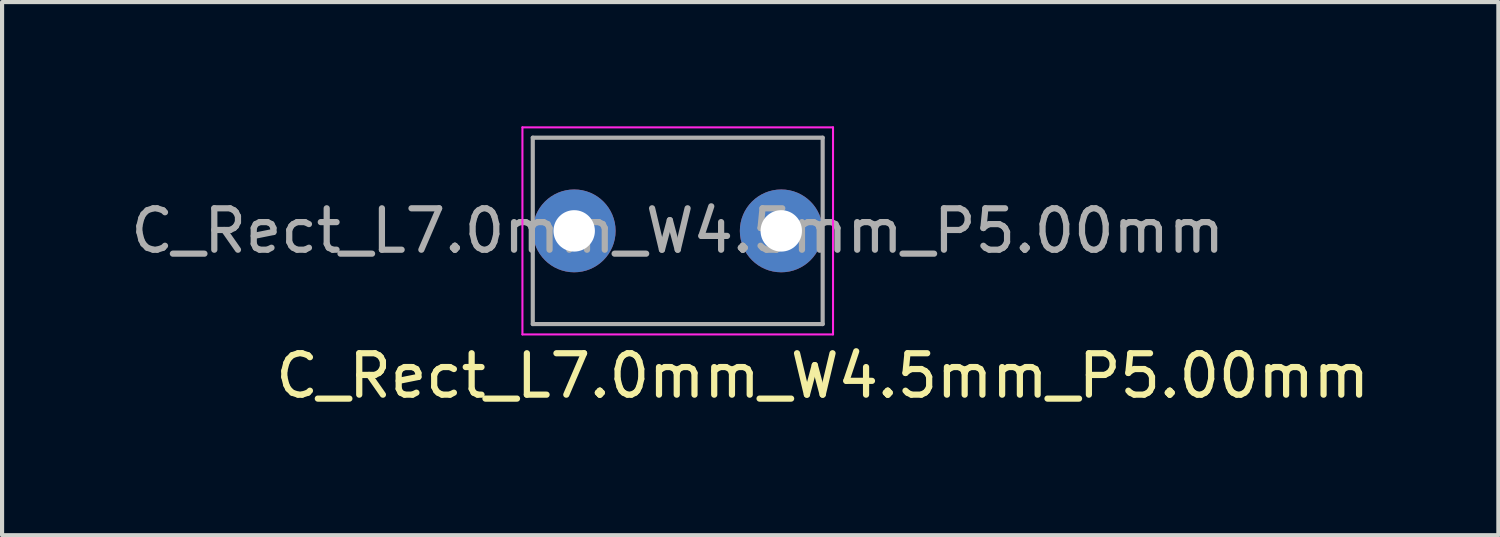
<source format=kicad_pcb>
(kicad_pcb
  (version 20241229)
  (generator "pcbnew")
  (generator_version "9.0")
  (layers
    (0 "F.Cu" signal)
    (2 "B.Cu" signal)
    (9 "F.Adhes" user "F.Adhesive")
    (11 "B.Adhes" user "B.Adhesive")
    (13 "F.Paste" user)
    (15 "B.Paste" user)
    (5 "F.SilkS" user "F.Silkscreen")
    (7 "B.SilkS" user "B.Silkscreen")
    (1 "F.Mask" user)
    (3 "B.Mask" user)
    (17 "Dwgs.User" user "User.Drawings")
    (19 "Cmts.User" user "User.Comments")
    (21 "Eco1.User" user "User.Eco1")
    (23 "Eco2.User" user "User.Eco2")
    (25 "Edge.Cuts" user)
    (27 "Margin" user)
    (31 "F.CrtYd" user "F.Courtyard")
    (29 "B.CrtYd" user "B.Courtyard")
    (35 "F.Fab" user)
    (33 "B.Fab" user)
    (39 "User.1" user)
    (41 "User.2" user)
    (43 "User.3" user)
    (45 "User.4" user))
  (footprint "C_Rect_L7.0mm_W4.5mm_P5.00mm"
    (layer "F.Cu")
    (at 10.815 2.525)
    (property "Reference" "C_Rect_L7.0mm_W4.5mm_P5.00mm" (at 6 3.5 0) (layer "F.SilkS") (effects (font (size 1 1) (thickness 0.15))))
    (attr through_hole)
    (fp_line (start -1.25 -2.5) (end -1.25 2.5) (stroke (width 0.05) (type solid)) (layer "F.CrtYd"))
    (fp_line (start -1.25 2.5) (end 6.25 2.5) (stroke (width 0.05) (type solid)) (layer "F.CrtYd"))
    (fp_line (start 6.25 -2.5) (end -1.25 -2.5) (stroke (width 0.05) (type solid)) (layer "F.CrtYd"))
    (fp_line (start 6.25 2.5) (end 6.25 -2.5) (stroke (width 0.05) (type solid)) (layer "F.CrtYd"))
    (fp_line (start -1 -2.25) (end -1 2.25) (stroke (width 0.1) (type solid)) (layer "F.Fab"))
    (fp_line (start -1 2.25) (end 6 2.25) (stroke (width 0.1) (type solid)) (layer "F.Fab"))
    (fp_line (start 6 -2.25) (end -1 -2.25) (stroke (width 0.1) (type solid)) (layer "F.Fab"))
    (fp_line (start 6 2.25) (end 6 -2.25) (stroke (width 0.1) (type solid)) (layer "F.Fab"))
    (fp_text user "${REFERENCE}" (at 2.5 0 180) (layer "F.Fab") (effects (font (size 1 1) (thickness 0.15))))
    (pad "1" thru_hole circle (at 0 0) (size 2 2) (drill 1) (layers "*.Cu" "*.Mask"))
    (pad "2" thru_hole circle (at 5 0) (size 2 2) (drill 1) (layers "*.Cu" "*.Mask")))
  (gr_rect
    (start -3 -3)
    (end 33.131 9.873)
    (stroke (width 0.1) (type default))
    (fill no)
    (layer "Edge.Cuts")))
</source>
